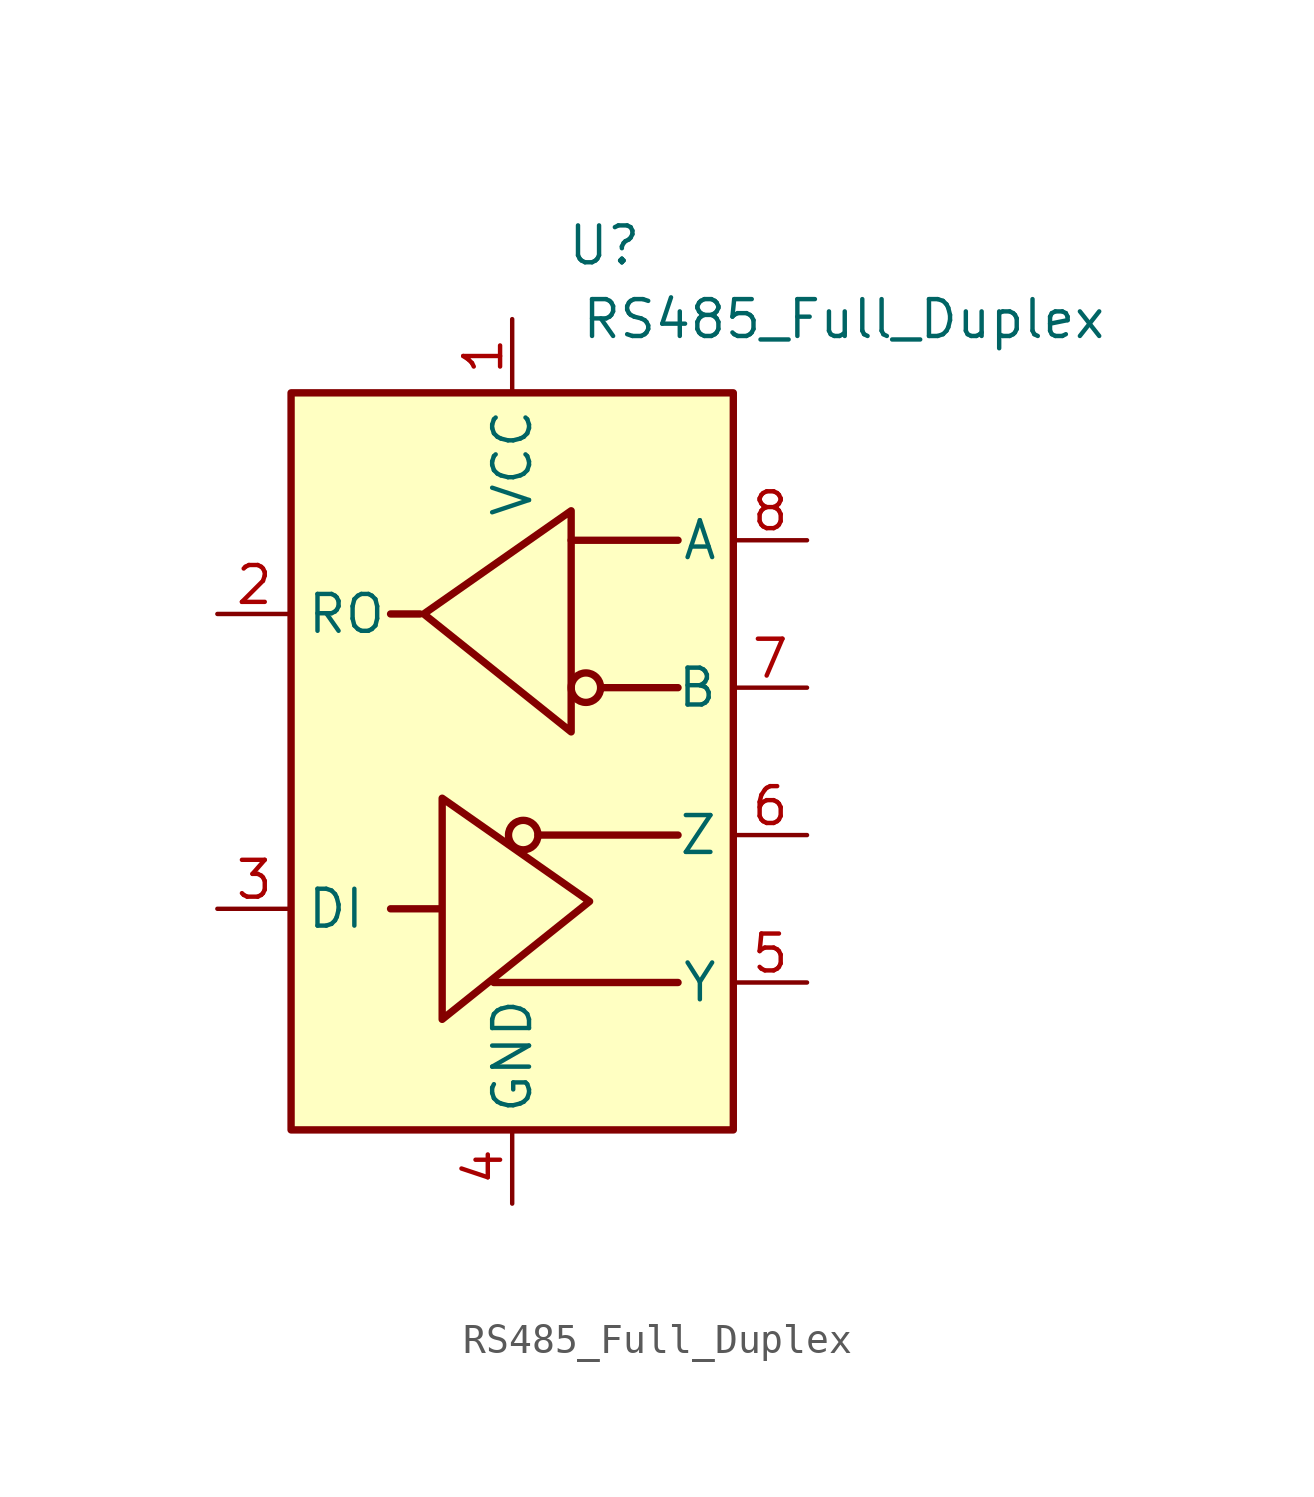
<source format=kicad_sym>
(kicad_symbol_lib
  (version 20231120)
  (generator "kicad_symbol_editor")
  (generator_version "8.0")
  (symbol "RS485_Full_Duplex"
    (property "Reference" "U"
      (at 3.175 17.78 0)
      (effects (font (size 1.27 1.27))))
    (property "Value" "RS485_Full_Duplex"
      (at 11.43 15.24 0)
      (effects (font (size 1.27 1.27))))
    (symbol "RS485_Full_Duplex_0_1"
      (rectangle (start -7.62 12.7) (end 7.62 -12.7) (stroke (width 0.254) (type default)) (fill (type background))))
    (symbol "RS485_Full_Duplex_1_1"
      (polyline (pts (xy -2.54 -5.08) (xy -4.191 -5.08)) (stroke (width 0.254) (type default)) (fill (type none)))
      (polyline (pts (xy -0.635 -7.62) (xy 5.715 -7.62)) (stroke (width 0.254) (type default)) (fill (type none)))
      (polyline (pts (xy 0.889 -2.54) (xy 5.715 -2.54)) (stroke (width 0.254) (type default)) (fill (type none)))
      (polyline (pts (xy 2.032 7.62) (xy 5.715 7.62)) (stroke (width 0.254) (type default)) (fill (type none)))
      (polyline (pts (xy 3.048 2.54) (xy 5.715 2.54)) (stroke (width 0.254) (type default)) (fill (type none)))
      (polyline (pts (xy -3.175 5.08) (xy -4.191 5.08) (xy -4.064 5.08)) (stroke (width 0.254) (type default)) (fill (type none)))
      (polyline (pts (xy -2.413 -5.08) (xy -2.413 -1.27) (xy 2.667 -4.826) (xy -2.413 -8.89) (xy -2.413 -5.08)) (stroke (width 0.254) (type default)) (fill (type none)))
      (polyline (pts (xy 2.032 4.826) (xy 2.032 8.636) (xy -3.048 5.08) (xy 2.032 1.016) (xy 2.032 4.826)) (stroke (width 0.254) (type default)) (fill (type none)))
      (circle (center 0.381 -2.54) (radius 0.508) (stroke (width 0.254) (type default)) (fill (type none)))
      (circle (center 2.54 2.54) (radius 0.508) (stroke (width 0.254) (type default)) (fill (type none)))
      (pin power_in line (at 0 15.24 270) (length 2.54) (name "VCC" (effects (font (size 1.27 1.27)))) (number "1" (effects (font (size 1.27 1.27)))))
      (pin output line (at -10.16 5.08 0) (length 2.54) (name "RO" (effects (font (size 1.27 1.27)))) (number "2" (effects (font (size 1.27 1.27)))))
      (pin input line (at -10.16 -5.08 0) (length 2.54) (name "DI" (effects (font (size 1.27 1.27)))) (number "3" (effects (font (size 1.27 1.27)))))
      (pin power_in line (at 0 -15.24 90) (length 2.54) (name "GND" (effects (font (size 1.27 1.27)))) (number "4" (effects (font (size 1.27 1.27)))))
      (pin output line (at 10.16 -7.62 180) (length 2.54) (name "Y" (effects (font (size 1.27 1.27)))) (number "5" (effects (font (size 1.27 1.27)))))
      (pin output line (at 10.16 -2.54 180) (length 2.54) (name "Z" (effects (font (size 1.27 1.27)))) (number "6" (effects (font (size 1.27 1.27)))))
      (pin input line (at 10.16 2.54 180) (length 2.54) (name "B" (effects (font (size 1.27 1.27)))) (number "7" (effects (font (size 1.27 1.27)))))
      (pin input line (at 10.16 7.62 180) (length 2.54) (name "A" (effects (font (size 1.27 1.27)))) (number "8" (effects (font (size 1.27 1.27)))))
      (pin passive line (at 0 -15.24 90) (length 2.54) hide (name "GND" (effects (font (size 1.27 1.27)))) (number "9" (effects (font (size 1.27 1.27))))))))
</source>
